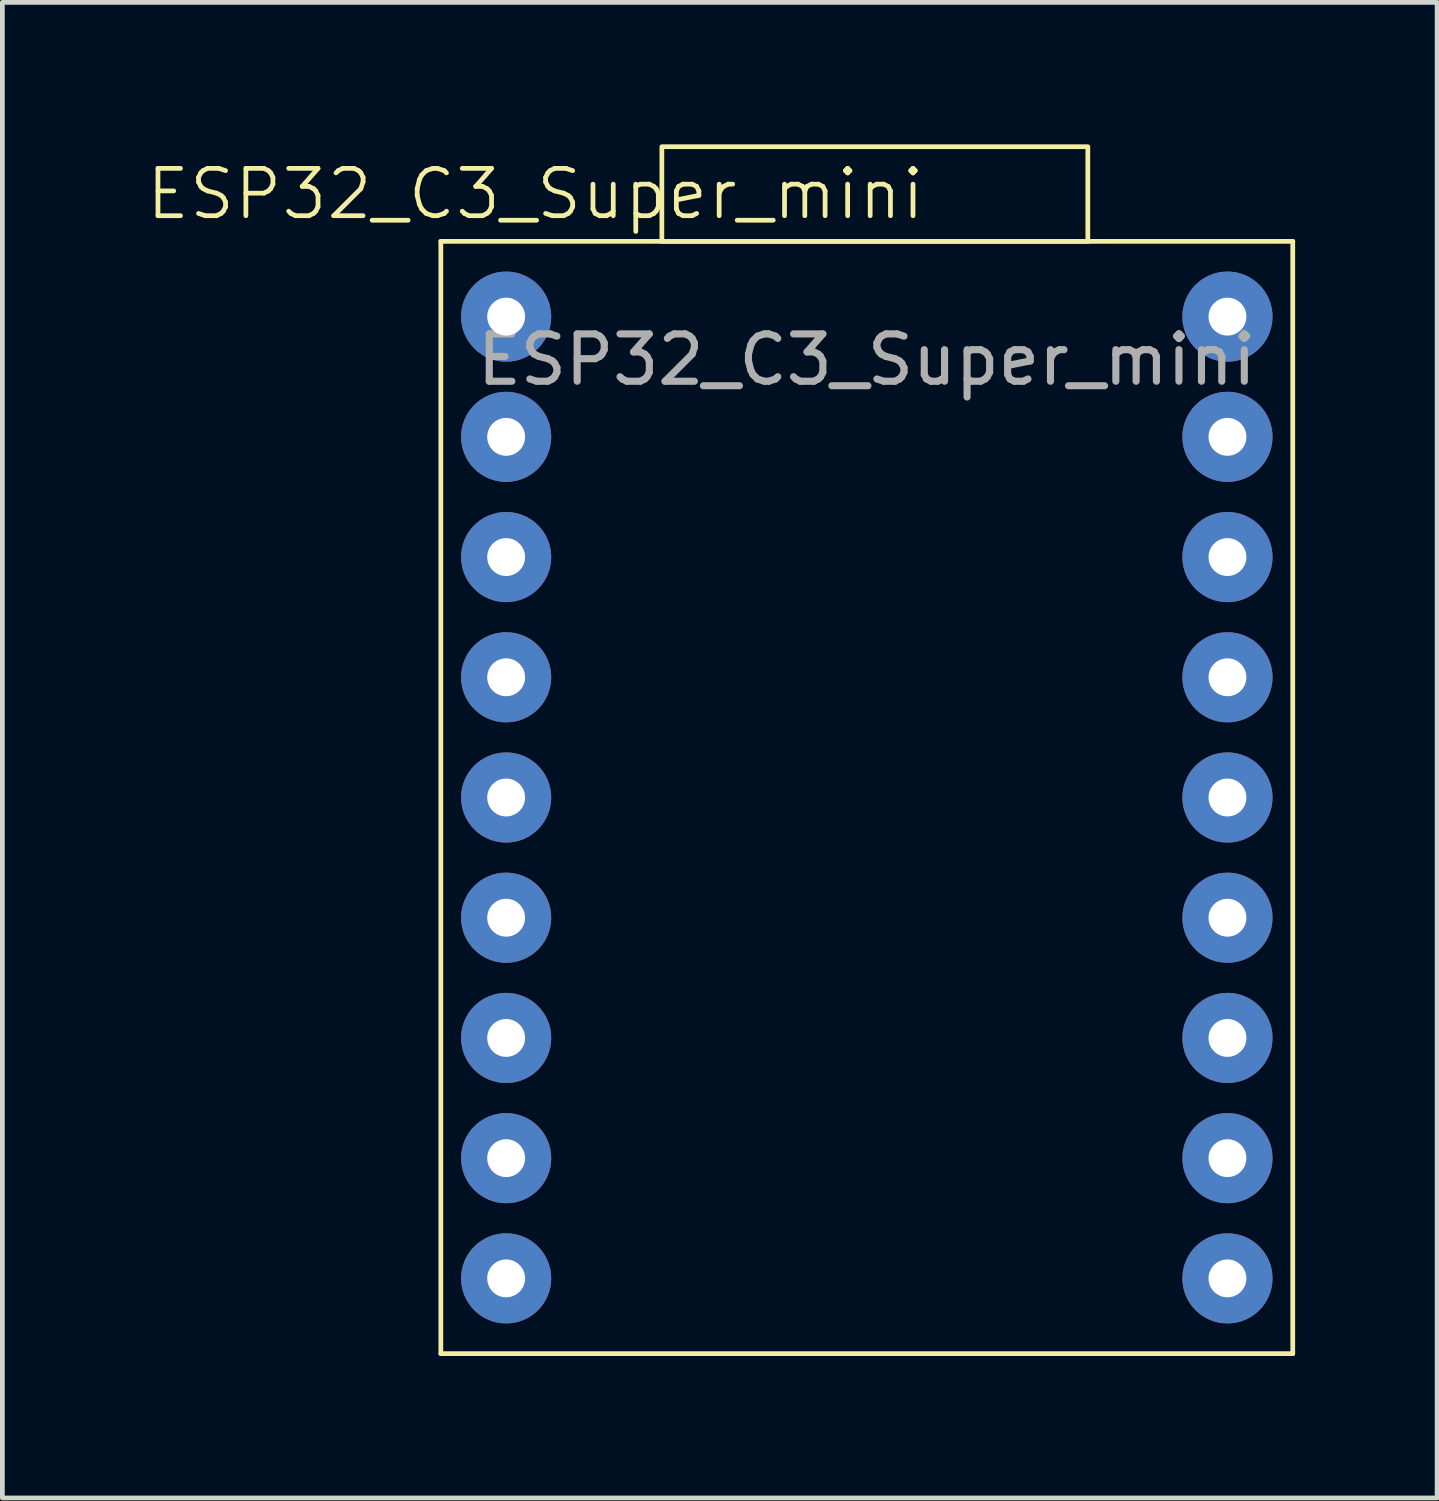
<source format=kicad_pcb>
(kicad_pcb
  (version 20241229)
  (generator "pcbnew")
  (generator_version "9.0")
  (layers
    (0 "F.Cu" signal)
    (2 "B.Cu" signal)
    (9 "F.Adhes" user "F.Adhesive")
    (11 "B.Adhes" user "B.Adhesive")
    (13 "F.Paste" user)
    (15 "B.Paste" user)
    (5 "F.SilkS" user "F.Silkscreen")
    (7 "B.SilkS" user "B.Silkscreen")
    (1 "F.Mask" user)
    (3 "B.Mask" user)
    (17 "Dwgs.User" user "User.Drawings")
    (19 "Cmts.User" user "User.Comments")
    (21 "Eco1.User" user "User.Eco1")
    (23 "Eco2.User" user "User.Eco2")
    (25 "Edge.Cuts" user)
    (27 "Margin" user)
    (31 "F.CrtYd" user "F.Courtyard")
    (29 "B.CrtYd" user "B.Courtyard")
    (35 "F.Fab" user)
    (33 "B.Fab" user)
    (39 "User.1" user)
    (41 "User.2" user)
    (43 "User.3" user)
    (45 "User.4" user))
  (footprint "ESP32_C3_Super_mini"
    (layer "F.Cu")
    (at 6.264 2.05)
    (property "Reference" "ESP32_C3_Super_mini" (at 2 -1 0) (unlocked yes) (layer "F.SilkS") (effects (font (size 1 1) (thickness 0.1))))
    (attr through_hole)
    (fp_line (start 0 0) (end 18 0) (stroke (width 0.1) (type default)) (layer "F.SilkS"))
    (fp_line (start 0 23.5) (end 0 0) (stroke (width 0.1) (type default)) (layer "F.SilkS"))
    (fp_line (start 18 0) (end 18 23.5) (stroke (width 0.1) (type default)) (layer "F.SilkS"))
    (fp_line (start 18 23.5) (end 0 23.5) (stroke (width 0.1) (type default)) (layer "F.SilkS"))
    (fp_rect (start 4.67 -2) (end 13.67 0) (stroke (width 0.1) (type solid)) (fill no) (layer "F.SilkS"))
    (fp_text user "${REFERENCE}" (at 9 2.5 0) (unlocked yes) (layer "F.Fab") (effects (font (size 1 1) (thickness 0.15))))
    (pad "1" thru_hole circle (at 1.38 9.21) (size 1.905 1.905) (drill 0.8) (layers "*.Cu" "*.Mask"))
    (pad "2" thru_hole circle (at 1.38 11.75) (size 1.905 1.905) (drill 0.8) (layers "*.Cu" "*.Mask"))
    (pad "3" thru_hole circle (at 1.38 14.29) (size 1.905 1.905) (drill 0.8) (layers "*.Cu" "*.Mask"))
    (pad "3V3" thru_hole circle (at 1.38 6.67) (size 1.905 1.905) (drill 0.8) (layers "*.Cu" "*.Mask"))
    (pad "4" thru_hole circle (at 1.38 16.83) (size 1.905 1.905) (drill 0.8) (layers "*.Cu" "*.Mask"))
    (pad "5" thru_hole circle (at 1.38 19.37) (size 1.905 1.905) (drill 0.8) (layers "*.Cu" "*.Mask"))
    (pad "5V" thru_hole circle (at 1.38 1.59) (size 1.905 1.905) (drill 0.8) (layers "*.Cu" "*.Mask"))
    (pad "6" thru_hole circle (at 1.38 21.91) (size 1.905 1.905) (drill 0.8) (layers "*.Cu" "*.Mask"))
    (pad "7" thru_hole circle (at 16.62 21.91) (size 1.905 1.905) (drill 0.8) (layers "*.Cu" "*.Mask"))
    (pad "8" thru_hole circle (at 16.62 19.37) (size 1.905 1.905) (drill 0.8) (layers "*.Cu" "*.Mask"))
    (pad "9" thru_hole circle (at 16.62 16.83) (size 1.905 1.905) (drill 0.8) (layers "*.Cu" "*.Mask"))
    (pad "10" thru_hole circle (at 16.62 14.29) (size 1.905 1.905) (drill 0.8) (layers "*.Cu" "*.Mask"))
    (pad "11" thru_hole circle (at 16.62 11.75) (size 1.905 1.905) (drill 0.8) (layers "*.Cu" "*.Mask"))
    (pad "12" thru_hole circle (at 16.62 9.21) (size 1.905 1.905) (drill 0.8) (layers "*.Cu" "*.Mask"))
    (pad "13" thru_hole circle (at 16.62 6.67) (size 1.905 1.905) (drill 0.8) (layers "*.Cu" "*.Mask"))
    (pad "GND" thru_hole circle (at 1.38 4.13) (size 1.905 1.905) (drill 0.8) (layers "*.Cu" "*.Mask"))
    (pad "RX" thru_hole circle (at 16.62 4.13) (size 1.905 1.905) (drill 0.8) (layers "*.Cu" "*.Mask"))
    (pad "TX" thru_hole circle (at 16.62 1.59) (size 1.905 1.905) (drill 0.8) (layers "*.Cu" "*.Mask"))
    (zone (net_name "") (layers "F.Cu" "B.Cu" "F.SilkS") (name "Antenna") (hatch edge 0.5) (connect_pads) (min_thickness 0.25) (filled_areas_thickness no) (keepout (tracks not_allowed) (vias not_allowed) (pads not_allowed) (copperpour not_allowed) (footprints not_allowed)) (placement (enabled no)) (fill) (polygon (pts (xy 10.264 25.55) (xy 10.264 13.55) (xy 20.264 13.55) (xy 20.264 25.55)))))
  (gr_rect
    (start -3 -3)
    (end 27.314 28.6)
    (stroke (width 0.1) (type default))
    (fill no)
    (layer "Edge.Cuts")))
</source>
